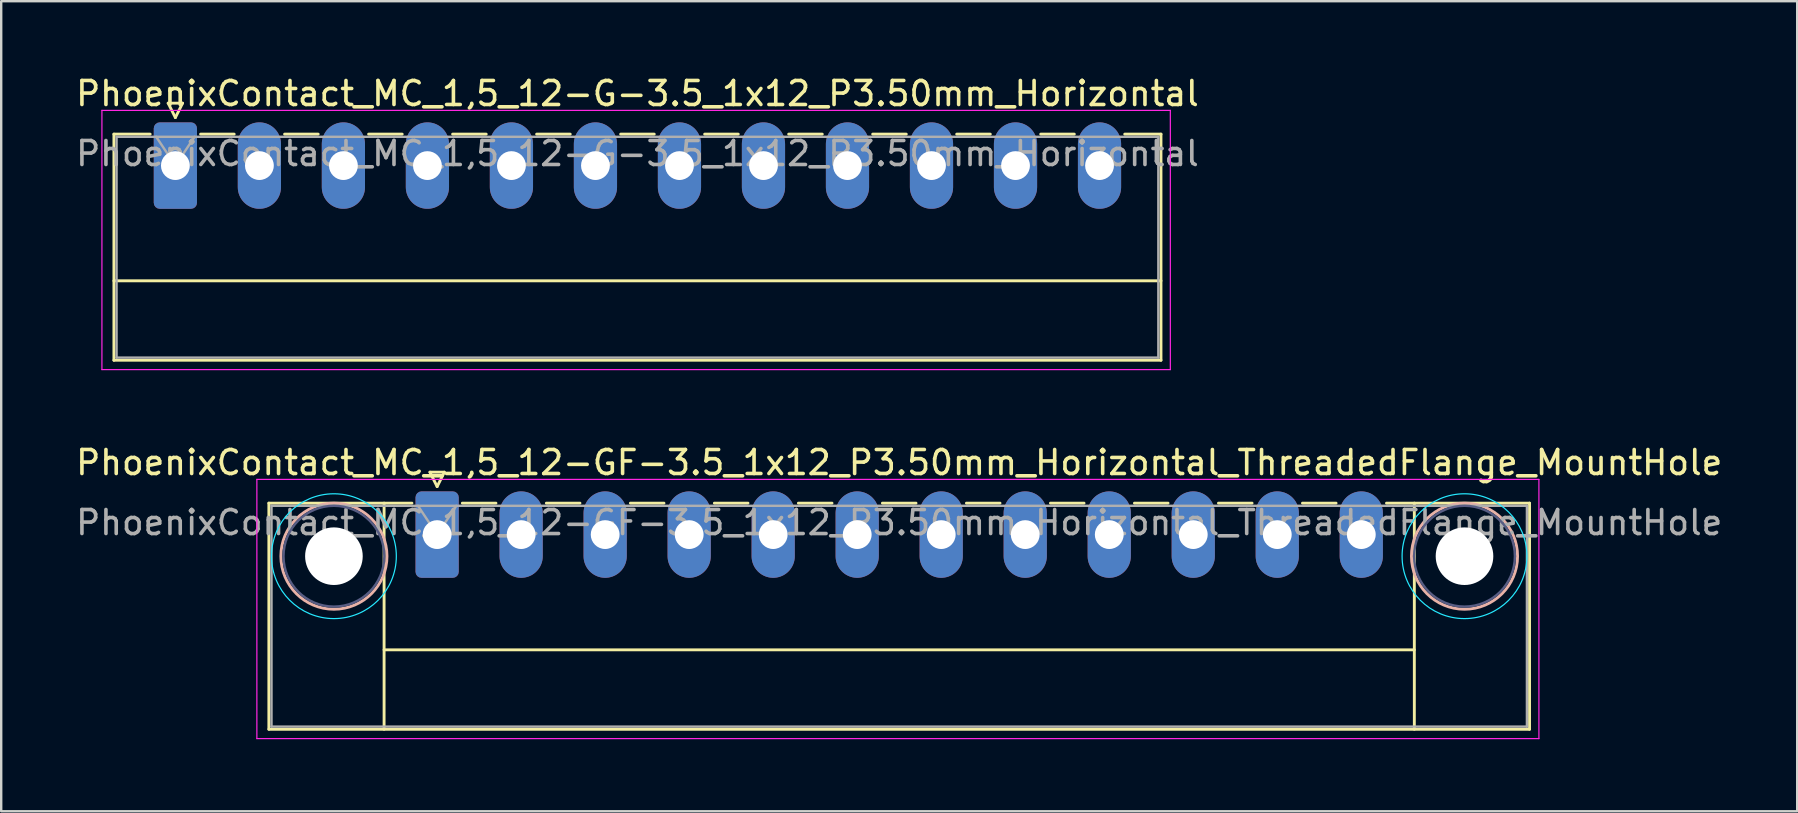
<source format=kicad_pcb>
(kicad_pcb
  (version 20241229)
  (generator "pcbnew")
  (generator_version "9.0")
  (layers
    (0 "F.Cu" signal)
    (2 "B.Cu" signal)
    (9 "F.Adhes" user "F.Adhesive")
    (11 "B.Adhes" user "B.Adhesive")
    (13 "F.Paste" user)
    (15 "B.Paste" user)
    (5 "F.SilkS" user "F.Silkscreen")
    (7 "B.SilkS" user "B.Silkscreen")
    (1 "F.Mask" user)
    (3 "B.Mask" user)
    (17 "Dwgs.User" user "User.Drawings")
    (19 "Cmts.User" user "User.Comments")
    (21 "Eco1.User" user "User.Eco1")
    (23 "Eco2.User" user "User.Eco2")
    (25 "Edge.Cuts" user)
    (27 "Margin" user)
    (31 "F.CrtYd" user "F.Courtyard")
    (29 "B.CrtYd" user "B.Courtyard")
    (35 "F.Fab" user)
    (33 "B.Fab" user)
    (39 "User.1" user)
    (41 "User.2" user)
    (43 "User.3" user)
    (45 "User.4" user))
  (footprint "PhoenixContact_MC_1,5_12-G-3.5_1x12_P3.50mm_Horizontal"
    (layer "F.Cu")
    (at 4.256 3.848)
    (property "Reference" "PhoenixContact_MC_1,5_12-G-3.5_1x12_P3.50mm_Horizontal" (at 19.25 -3 0) (layer "F.SilkS") (effects (font (size 1 1) (thickness 0.15))))
    (attr through_hole)
    (fp_line (start -2.56 -1.31) (end -2.56 8.11) (stroke (width 0.12) (type solid)) (layer "F.SilkS"))
    (fp_line (start -2.56 -1.31) (end -1.05 -1.31) (stroke (width 0.12) (type solid)) (layer "F.SilkS"))
    (fp_line (start -2.56 4.8) (end 41.06 4.8) (stroke (width 0.12) (type solid)) (layer "F.SilkS"))
    (fp_line (start -2.56 8.11) (end 41.06 8.11) (stroke (width 0.12) (type solid)) (layer "F.SilkS"))
    (fp_line (start -0.3 -2.6) (end 0.3 -2.6) (stroke (width 0.12) (type solid)) (layer "F.SilkS"))
    (fp_line (start 0 -2) (end -0.3 -2.6) (stroke (width 0.12) (type solid)) (layer "F.SilkS"))
    (fp_line (start 0.3 -2.6) (end 0 -2) (stroke (width 0.12) (type solid)) (layer "F.SilkS"))
    (fp_line (start 1.05 -1.31) (end 2.45 -1.31) (stroke (width 0.12) (type solid)) (layer "F.SilkS"))
    (fp_line (start 4.55 -1.31) (end 5.95 -1.31) (stroke (width 0.12) (type solid)) (layer "F.SilkS"))
    (fp_line (start 8.05 -1.31) (end 9.45 -1.31) (stroke (width 0.12) (type solid)) (layer "F.SilkS"))
    (fp_line (start 11.55 -1.31) (end 12.95 -1.31) (stroke (width 0.12) (type solid)) (layer "F.SilkS"))
    (fp_line (start 15.05 -1.31) (end 16.45 -1.31) (stroke (width 0.12) (type solid)) (layer "F.SilkS"))
    (fp_line (start 18.55 -1.31) (end 19.95 -1.31) (stroke (width 0.12) (type solid)) (layer "F.SilkS"))
    (fp_line (start 22.05 -1.31) (end 23.45 -1.31) (stroke (width 0.12) (type solid)) (layer "F.SilkS"))
    (fp_line (start 25.55 -1.31) (end 26.95 -1.31) (stroke (width 0.12) (type solid)) (layer "F.SilkS"))
    (fp_line (start 29.05 -1.31) (end 30.45 -1.31) (stroke (width 0.12) (type solid)) (layer "F.SilkS"))
    (fp_line (start 32.55 -1.31) (end 33.95 -1.31) (stroke (width 0.12) (type solid)) (layer "F.SilkS"))
    (fp_line (start 36.05 -1.31) (end 37.45 -1.31) (stroke (width 0.12) (type solid)) (layer "F.SilkS"))
    (fp_line (start 41.06 -1.31) (end 39.55 -1.31) (stroke (width 0.12) (type solid)) (layer "F.SilkS"))
    (fp_line (start 41.06 8.11) (end 41.06 -1.31) (stroke (width 0.12) (type solid)) (layer "F.SilkS"))
    (fp_line (start -3.06 -2.3) (end -3.06 8.5) (stroke (width 0.05) (type solid)) (layer "F.CrtYd"))
    (fp_line (start -3.06 8.5) (end 41.45 8.5) (stroke (width 0.05) (type solid)) (layer "F.CrtYd"))
    (fp_line (start 41.45 -2.3) (end -3.06 -2.3) (stroke (width 0.05) (type solid)) (layer "F.CrtYd"))
    (fp_line (start 41.45 8.5) (end 41.45 -2.3) (stroke (width 0.05) (type solid)) (layer "F.CrtYd"))
    (fp_line (start -2.45 -1.2) (end -2.45 8) (stroke (width 0.1) (type solid)) (layer "F.Fab"))
    (fp_line (start -2.45 8) (end 40.95 8) (stroke (width 0.1) (type solid)) (layer "F.Fab"))
    (fp_line (start 0 0) (end -0.8 -1.2) (stroke (width 0.1) (type solid)) (layer "F.Fab"))
    (fp_line (start 0.8 -1.2) (end 0 0) (stroke (width 0.1) (type solid)) (layer "F.Fab"))
    (fp_line (start 40.95 -1.2) (end -2.45 -1.2) (stroke (width 0.1) (type solid)) (layer "F.Fab"))
    (fp_line (start 40.95 8) (end 40.95 -1.2) (stroke (width 0.1) (type solid)) (layer "F.Fab"))
    (fp_text user "${REFERENCE}" (at 19.25 -0.5 0) (layer "F.Fab") (effects (font (size 1 1) (thickness 0.15))))
    (pad "1" thru_hole roundrect (at 0 0) (size 1.8 3.6) (drill 1.2) (layers "*.Cu" "*.Mask") (roundrect_rratio 0.139))
    (pad "2" thru_hole oval (at 3.5 0) (size 1.8 3.6) (drill 1.2) (layers "*.Cu" "*.Mask"))
    (pad "3" thru_hole oval (at 7 0) (size 1.8 3.6) (drill 1.2) (layers "*.Cu" "*.Mask"))
    (pad "4" thru_hole oval (at 10.5 0) (size 1.8 3.6) (drill 1.2) (layers "*.Cu" "*.Mask"))
    (pad "5" thru_hole oval (at 14 0) (size 1.8 3.6) (drill 1.2) (layers "*.Cu" "*.Mask"))
    (pad "6" thru_hole oval (at 17.5 0) (size 1.8 3.6) (drill 1.2) (layers "*.Cu" "*.Mask"))
    (pad "7" thru_hole oval (at 21 0) (size 1.8 3.6) (drill 1.2) (layers "*.Cu" "*.Mask"))
    (pad "8" thru_hole oval (at 24.5 0) (size 1.8 3.6) (drill 1.2) (layers "*.Cu" "*.Mask"))
    (pad "9" thru_hole oval (at 28 0) (size 1.8 3.6) (drill 1.2) (layers "*.Cu" "*.Mask"))
    (pad "10" thru_hole oval (at 31.5 0) (size 1.8 3.6) (drill 1.2) (layers "*.Cu" "*.Mask"))
    (pad "11" thru_hole oval (at 35 0) (size 1.8 3.6) (drill 1.2) (layers "*.Cu" "*.Mask"))
    (pad "12" thru_hole oval (at 38.5 0) (size 1.8 3.6) (drill 1.2) (layers "*.Cu" "*.Mask")))
  (footprint "PhoenixContact_MC_1,5_12-GF-3.5_1x12_P3.50mm_Horizontal_ThreadedFlange_MountHole"
    (layer "F.Cu")
    (at 15.161 19.221)
    (property "Reference" "PhoenixContact_MC_1,5_12-GF-3.5_1x12_P3.50mm_Horizontal_ThreadedFlange_MountHole" (at 19.25 -3 0) (layer "F.SilkS") (effects (font (size 1 1) (thickness 0.15))))
    (attr through_hole)
    (fp_line (start -7.01 -1.31) (end -7.01 8.11) (stroke (width 0.12) (type solid)) (layer "F.SilkS"))
    (fp_line (start -7.01 -1.31) (end -1.05 -1.31) (stroke (width 0.12) (type solid)) (layer "F.SilkS"))
    (fp_line (start -7.01 8.11) (end 45.51 8.11) (stroke (width 0.12) (type solid)) (layer "F.SilkS"))
    (fp_line (start -2.21 -1.31) (end -2.21 8.11) (stroke (width 0.12) (type solid)) (layer "F.SilkS"))
    (fp_line (start -2.21 4.8) (end 40.71 4.8) (stroke (width 0.12) (type solid)) (layer "F.SilkS"))
    (fp_line (start -0.3 -2.6) (end 0.3 -2.6) (stroke (width 0.12) (type solid)) (layer "F.SilkS"))
    (fp_line (start 0 -2) (end -0.3 -2.6) (stroke (width 0.12) (type solid)) (layer "F.SilkS"))
    (fp_line (start 0.3 -2.6) (end 0 -2) (stroke (width 0.12) (type solid)) (layer "F.SilkS"))
    (fp_line (start 1.05 -1.31) (end 2.45 -1.31) (stroke (width 0.12) (type solid)) (layer "F.SilkS"))
    (fp_line (start 4.55 -1.31) (end 5.95 -1.31) (stroke (width 0.12) (type solid)) (layer "F.SilkS"))
    (fp_line (start 8.05 -1.31) (end 9.45 -1.31) (stroke (width 0.12) (type solid)) (layer "F.SilkS"))
    (fp_line (start 11.55 -1.31) (end 12.95 -1.31) (stroke (width 0.12) (type solid)) (layer "F.SilkS"))
    (fp_line (start 15.05 -1.31) (end 16.45 -1.31) (stroke (width 0.12) (type solid)) (layer "F.SilkS"))
    (fp_line (start 18.55 -1.31) (end 19.95 -1.31) (stroke (width 0.12) (type solid)) (layer "F.SilkS"))
    (fp_line (start 22.05 -1.31) (end 23.45 -1.31) (stroke (width 0.12) (type solid)) (layer "F.SilkS"))
    (fp_line (start 25.55 -1.31) (end 26.95 -1.31) (stroke (width 0.12) (type solid)) (layer "F.SilkS"))
    (fp_line (start 29.05 -1.31) (end 30.45 -1.31) (stroke (width 0.12) (type solid)) (layer "F.SilkS"))
    (fp_line (start 32.55 -1.31) (end 33.95 -1.31) (stroke (width 0.12) (type solid)) (layer "F.SilkS"))
    (fp_line (start 36.05 -1.31) (end 37.45 -1.31) (stroke (width 0.12) (type solid)) (layer "F.SilkS"))
    (fp_line (start 40.71 -1.31) (end 40.71 8.11) (stroke (width 0.12) (type solid)) (layer "F.SilkS"))
    (fp_line (start 45.51 -1.31) (end 39.55 -1.31) (stroke (width 0.12) (type solid)) (layer "F.SilkS"))
    (fp_line (start 45.51 8.11) (end 45.51 -1.31) (stroke (width 0.12) (type solid)) (layer "F.SilkS"))
    (fp_circle (center -4.3 0.9) (end -2.09 0.9) (stroke (width 0.12) (type solid)) (fill no) (layer "B.SilkS"))
    (fp_circle (center 42.8 0.9) (end 45.01 0.9) (stroke (width 0.12) (type solid)) (fill no) (layer "B.SilkS"))
    (fp_circle (center -4.3 0.9) (end -1.7 0.9) (stroke (width 0.05) (type solid)) (fill no) (layer "B.CrtYd"))
    (fp_circle (center 42.8 0.9) (end 45.4 0.9) (stroke (width 0.05) (type solid)) (fill no) (layer "B.CrtYd"))
    (fp_line (start -7.51 -2.3) (end -7.51 8.5) (stroke (width 0.05) (type solid)) (layer "F.CrtYd"))
    (fp_line (start -7.51 8.5) (end 45.9 8.5) (stroke (width 0.05) (type solid)) (layer "F.CrtYd"))
    (fp_line (start 45.9 -2.3) (end -7.51 -2.3) (stroke (width 0.05) (type solid)) (layer "F.CrtYd"))
    (fp_line (start 45.9 8.5) (end 45.9 -2.3) (stroke (width 0.05) (type solid)) (layer "F.CrtYd"))
    (fp_circle (center -4.3 0.9) (end -2.2 0.9) (stroke (width 0.1) (type solid)) (fill no) (layer "B.Fab"))
    (fp_circle (center 42.8 0.9) (end 44.9 0.9) (stroke (width 0.1) (type solid)) (fill no) (layer "B.Fab"))
    (fp_line (start -6.9 -1.2) (end -6.9 8) (stroke (width 0.1) (type solid)) (layer "F.Fab"))
    (fp_line (start -6.9 8) (end 45.4 8) (stroke (width 0.1) (type solid)) (layer "F.Fab"))
    (fp_line (start 0 0) (end -0.8 -1.2) (stroke (width 0.1) (type solid)) (layer "F.Fab"))
    (fp_line (start 0.8 -1.2) (end 0 0) (stroke (width 0.1) (type solid)) (layer "F.Fab"))
    (fp_line (start 45.4 -1.2) (end -6.9 -1.2) (stroke (width 0.1) (type solid)) (layer "F.Fab"))
    (fp_line (start 45.4 8) (end 45.4 -1.2) (stroke (width 0.1) (type solid)) (layer "F.Fab"))
    (fp_text user "${REFERENCE}" (at 19.25 -0.5 0) (layer "F.Fab") (effects (font (size 1 1) (thickness 0.15))))
    (pad "" np_thru_hole circle (at -4.3 0.9) (size 2.4 2.4) (drill 2.4) (layers "*.Cu" "*.Mask"))
    (pad "" np_thru_hole circle (at 42.8 0.9) (size 2.4 2.4) (drill 2.4) (layers "*.Cu" "*.Mask"))
    (pad "1" thru_hole roundrect (at 0 0) (size 1.8 3.6) (drill 1.2) (layers "*.Cu" "*.Mask") (roundrect_rratio 0.139))
    (pad "2" thru_hole oval (at 3.5 0) (size 1.8 3.6) (drill 1.2) (layers "*.Cu" "*.Mask"))
    (pad "3" thru_hole oval (at 7 0) (size 1.8 3.6) (drill 1.2) (layers "*.Cu" "*.Mask"))
    (pad "4" thru_hole oval (at 10.5 0) (size 1.8 3.6) (drill 1.2) (layers "*.Cu" "*.Mask"))
    (pad "5" thru_hole oval (at 14 0) (size 1.8 3.6) (drill 1.2) (layers "*.Cu" "*.Mask"))
    (pad "6" thru_hole oval (at 17.5 0) (size 1.8 3.6) (drill 1.2) (layers "*.Cu" "*.Mask"))
    (pad "7" thru_hole oval (at 21 0) (size 1.8 3.6) (drill 1.2) (layers "*.Cu" "*.Mask"))
    (pad "8" thru_hole oval (at 24.5 0) (size 1.8 3.6) (drill 1.2) (layers "*.Cu" "*.Mask"))
    (pad "9" thru_hole oval (at 28 0) (size 1.8 3.6) (drill 1.2) (layers "*.Cu" "*.Mask"))
    (pad "10" thru_hole oval (at 31.5 0) (size 1.8 3.6) (drill 1.2) (layers "*.Cu" "*.Mask"))
    (pad "11" thru_hole oval (at 35 0) (size 1.8 3.6) (drill 1.2) (layers "*.Cu" "*.Mask"))
    (pad "12" thru_hole oval (at 38.5 0) (size 1.8 3.6) (drill 1.2) (layers "*.Cu" "*.Mask")))
  (gr_rect
    (start -3 -3)
    (end 71.821 30.747)
    (stroke (width 0.1) (type default))
    (fill no)
    (layer "Edge.Cuts")))
</source>
